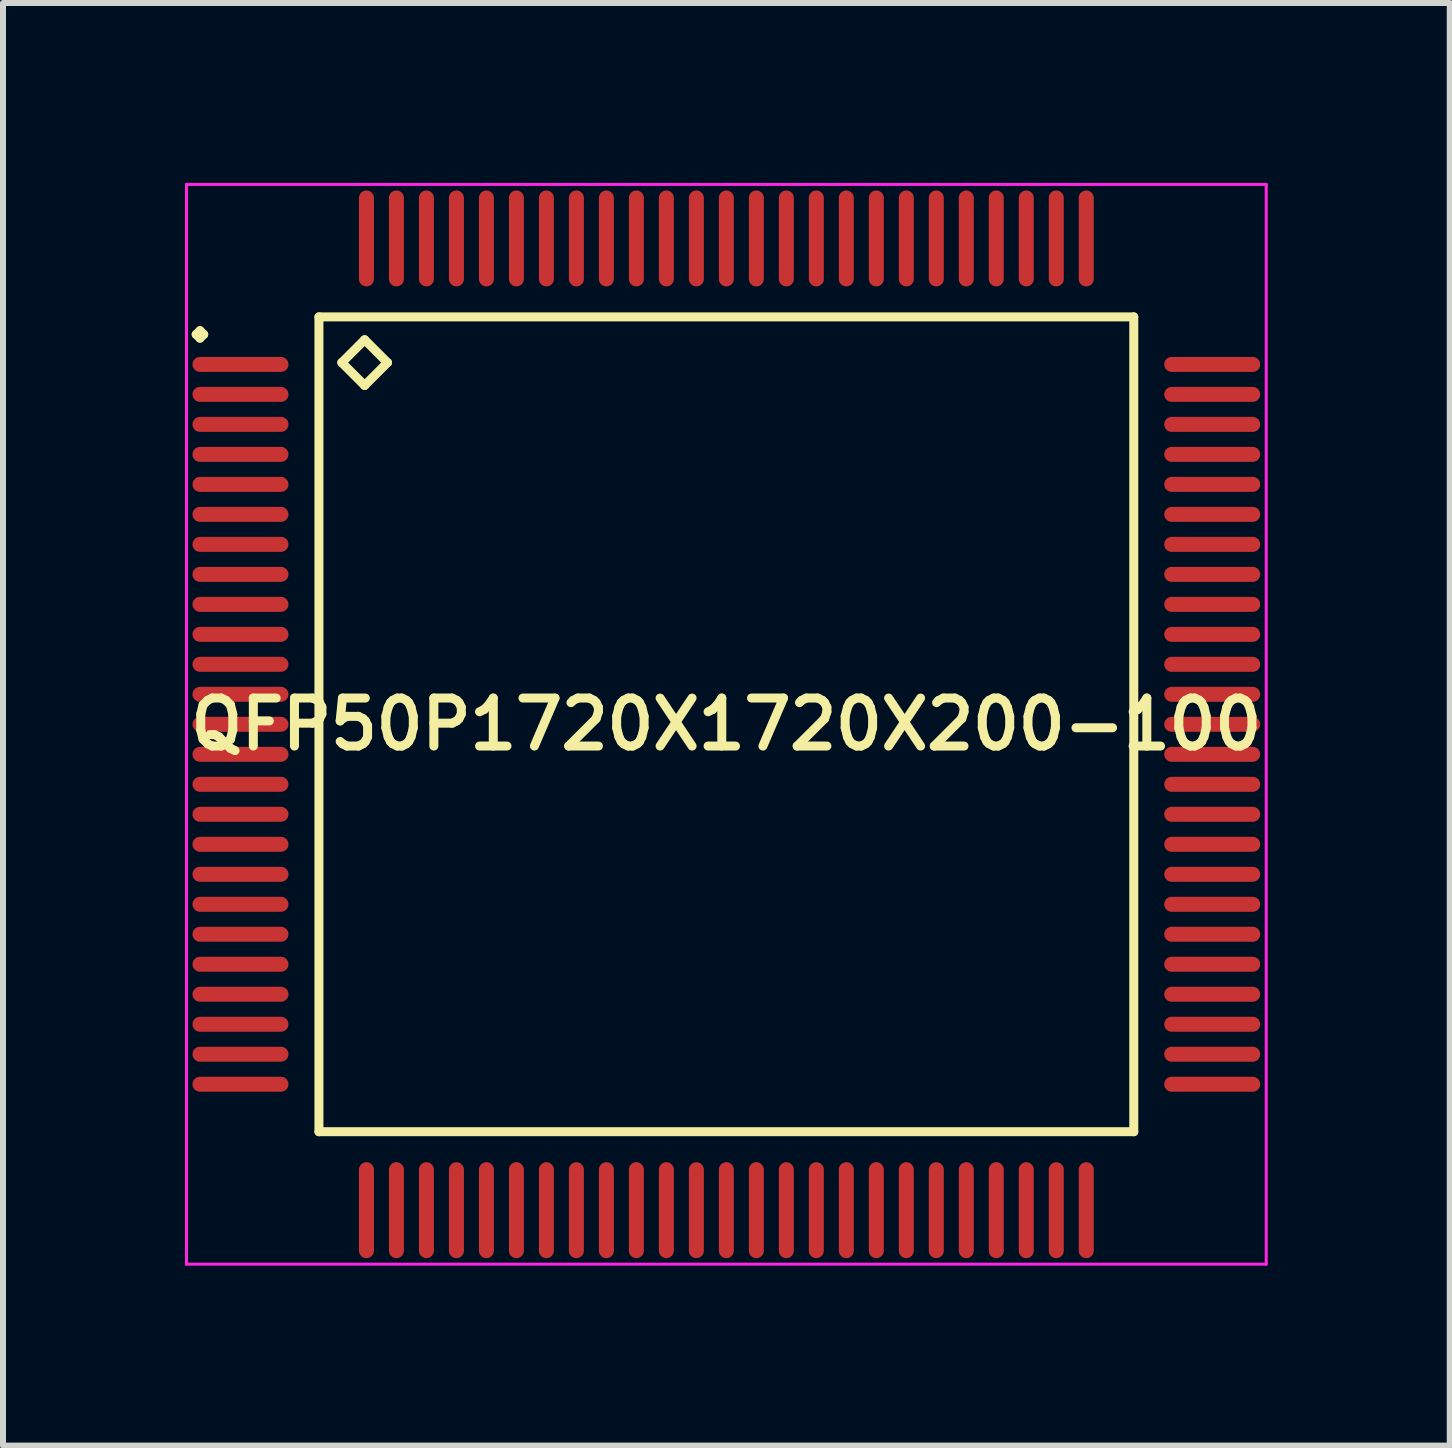
<source format=kicad_pcb>
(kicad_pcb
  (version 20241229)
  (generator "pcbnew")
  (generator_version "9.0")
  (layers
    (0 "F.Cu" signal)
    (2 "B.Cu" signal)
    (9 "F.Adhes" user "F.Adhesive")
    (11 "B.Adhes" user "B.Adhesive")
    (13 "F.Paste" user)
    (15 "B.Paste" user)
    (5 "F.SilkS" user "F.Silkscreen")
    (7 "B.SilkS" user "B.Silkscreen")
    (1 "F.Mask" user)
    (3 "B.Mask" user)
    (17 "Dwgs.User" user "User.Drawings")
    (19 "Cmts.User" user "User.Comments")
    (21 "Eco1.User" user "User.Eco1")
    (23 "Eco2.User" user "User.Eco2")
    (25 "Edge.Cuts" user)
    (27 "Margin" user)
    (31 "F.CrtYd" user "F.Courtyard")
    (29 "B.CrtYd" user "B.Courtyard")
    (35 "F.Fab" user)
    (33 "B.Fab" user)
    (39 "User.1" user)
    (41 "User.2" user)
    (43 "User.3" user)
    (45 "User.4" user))
  (footprint "QFP50P1720X1720X200-100"
    (layer "F.Cu")
    (at 9.059 9.025)
    (property "Reference" "QFP50P1720X1720X200-100" (at 0 0 0) (layer "F.SilkS") (effects (font (size 0.8 0.8) (thickness 0.15))))
    (attr smd)
    (fp_line (start -8.838 -6.5) (end -8.775 -6.562) (stroke (width 0.15) (type solid)) (layer "F.SilkS"))
    (fp_line (start -8.775 -6.562) (end -8.713 -6.5) (stroke (width 0.15) (type solid)) (layer "F.SilkS"))
    (fp_line (start -8.775 -6.438) (end -8.838 -6.5) (stroke (width 0.15) (type solid)) (layer "F.SilkS"))
    (fp_line (start -8.713 -6.5) (end -8.775 -6.438) (stroke (width 0.15) (type solid)) (layer "F.SilkS"))
    (fp_line (start -6.792 -6.792) (end -6.792 6.792) (stroke (width 0.15) (type solid)) (layer "F.SilkS"))
    (fp_line (start -6.792 6.792) (end 6.792 6.792) (stroke (width 0.15) (type solid)) (layer "F.SilkS"))
    (fp_line (start -6.411 -6.03) (end -6.03 -6.411) (stroke (width 0.15) (type solid)) (layer "F.SilkS"))
    (fp_line (start -6.03 -6.411) (end -5.649 -6.03) (stroke (width 0.15) (type solid)) (layer "F.SilkS"))
    (fp_line (start -6.03 -5.649) (end -6.411 -6.03) (stroke (width 0.15) (type solid)) (layer "F.SilkS"))
    (fp_line (start -5.649 -6.03) (end -6.03 -5.649) (stroke (width 0.15) (type solid)) (layer "F.SilkS"))
    (fp_line (start 6.792 -6.792) (end -6.792 -6.792) (stroke (width 0.15) (type solid)) (layer "F.SilkS"))
    (fp_line (start 6.792 6.792) (end 6.792 -6.792) (stroke (width 0.15) (type solid)) (layer "F.SilkS"))
    (fp_line (start -9 -9) (end 9 -9) (stroke (width 0.05) (type solid)) (layer "F.CrtYd"))
    (fp_line (start -9 9) (end -9 -9) (stroke (width 0.05) (type solid)) (layer "F.CrtYd"))
    (fp_line (start 9 -9) (end 9 9) (stroke (width 0.05) (type solid)) (layer "F.CrtYd"))
    (fp_line (start 9 9) (end -9 9) (stroke (width 0.05) (type solid)) (layer "F.CrtYd"))
    (pad "1" smd oval (at -8.1 -6) (size 1.6 0.25) (layers "F.Cu" "F.Mask" "F.Paste"))
    (pad "2" smd oval (at -8.1 -5.5) (size 1.6 0.25) (layers "F.Cu" "F.Mask" "F.Paste"))
    (pad "3" smd oval (at -8.1 -5) (size 1.6 0.25) (layers "F.Cu" "F.Mask" "F.Paste"))
    (pad "4" smd oval (at -8.1 -4.5) (size 1.6 0.25) (layers "F.Cu" "F.Mask" "F.Paste"))
    (pad "5" smd oval (at -8.1 -4) (size 1.6 0.25) (layers "F.Cu" "F.Mask" "F.Paste"))
    (pad "6" smd oval (at -8.1 -3.5) (size 1.6 0.25) (layers "F.Cu" "F.Mask" "F.Paste"))
    (pad "7" smd oval (at -8.1 -3) (size 1.6 0.25) (layers "F.Cu" "F.Mask" "F.Paste"))
    (pad "8" smd oval (at -8.1 -2.5) (size 1.6 0.25) (layers "F.Cu" "F.Mask" "F.Paste"))
    (pad "9" smd oval (at -8.1 -2) (size 1.6 0.25) (layers "F.Cu" "F.Mask" "F.Paste"))
    (pad "10" smd oval (at -8.1 -1.5) (size 1.6 0.25) (layers "F.Cu" "F.Mask" "F.Paste"))
    (pad "11" smd oval (at -8.1 -1) (size 1.6 0.25) (layers "F.Cu" "F.Mask" "F.Paste"))
    (pad "12" smd oval (at -8.1 -0.5) (size 1.6 0.25) (layers "F.Cu" "F.Mask" "F.Paste"))
    (pad "13" smd oval (at -8.1 0) (size 1.6 0.25) (layers "F.Cu" "F.Mask" "F.Paste"))
    (pad "14" smd oval (at -8.1 0.5) (size 1.6 0.25) (layers "F.Cu" "F.Mask" "F.Paste"))
    (pad "15" smd oval (at -8.1 1) (size 1.6 0.25) (layers "F.Cu" "F.Mask" "F.Paste"))
    (pad "16" smd oval (at -8.1 1.5) (size 1.6 0.25) (layers "F.Cu" "F.Mask" "F.Paste"))
    (pad "17" smd oval (at -8.1 2) (size 1.6 0.25) (layers "F.Cu" "F.Mask" "F.Paste"))
    (pad "18" smd oval (at -8.1 2.5) (size 1.6 0.25) (layers "F.Cu" "F.Mask" "F.Paste"))
    (pad "19" smd oval (at -8.1 3) (size 1.6 0.25) (layers "F.Cu" "F.Mask" "F.Paste"))
    (pad "20" smd oval (at -8.1 3.5) (size 1.6 0.25) (layers "F.Cu" "F.Mask" "F.Paste"))
    (pad "21" smd oval (at -8.1 4) (size 1.6 0.25) (layers "F.Cu" "F.Mask" "F.Paste"))
    (pad "22" smd oval (at -8.1 4.5) (size 1.6 0.25) (layers "F.Cu" "F.Mask" "F.Paste"))
    (pad "23" smd oval (at -8.1 5) (size 1.6 0.25) (layers "F.Cu" "F.Mask" "F.Paste"))
    (pad "24" smd oval (at -8.1 5.5) (size 1.6 0.25) (layers "F.Cu" "F.Mask" "F.Paste"))
    (pad "25" smd oval (at -8.1 6) (size 1.6 0.25) (layers "F.Cu" "F.Mask" "F.Paste"))
    (pad "26" smd oval (at -6 8.1) (size 0.25 1.6) (layers "F.Cu" "F.Mask" "F.Paste"))
    (pad "27" smd oval (at -5.5 8.1) (size 0.25 1.6) (layers "F.Cu" "F.Mask" "F.Paste"))
    (pad "28" smd oval (at -5 8.1) (size 0.25 1.6) (layers "F.Cu" "F.Mask" "F.Paste"))
    (pad "29" smd oval (at -4.5 8.1) (size 0.25 1.6) (layers "F.Cu" "F.Mask" "F.Paste"))
    (pad "30" smd oval (at -4 8.1) (size 0.25 1.6) (layers "F.Cu" "F.Mask" "F.Paste"))
    (pad "31" smd oval (at -3.5 8.1) (size 0.25 1.6) (layers "F.Cu" "F.Mask" "F.Paste"))
    (pad "32" smd oval (at -3 8.1) (size 0.25 1.6) (layers "F.Cu" "F.Mask" "F.Paste"))
    (pad "33" smd oval (at -2.5 8.1) (size 0.25 1.6) (layers "F.Cu" "F.Mask" "F.Paste"))
    (pad "34" smd oval (at -2 8.1) (size 0.25 1.6) (layers "F.Cu" "F.Mask" "F.Paste"))
    (pad "35" smd oval (at -1.5 8.1) (size 0.25 1.6) (layers "F.Cu" "F.Mask" "F.Paste"))
    (pad "36" smd oval (at -1 8.1) (size 0.25 1.6) (layers "F.Cu" "F.Mask" "F.Paste"))
    (pad "37" smd oval (at -0.5 8.1) (size 0.25 1.6) (layers "F.Cu" "F.Mask" "F.Paste"))
    (pad "38" smd oval (at 0 8.1) (size 0.25 1.6) (layers "F.Cu" "F.Mask" "F.Paste"))
    (pad "39" smd oval (at 0.5 8.1) (size 0.25 1.6) (layers "F.Cu" "F.Mask" "F.Paste"))
    (pad "40" smd oval (at 1 8.1) (size 0.25 1.6) (layers "F.Cu" "F.Mask" "F.Paste"))
    (pad "41" smd oval (at 1.5 8.1) (size 0.25 1.6) (layers "F.Cu" "F.Mask" "F.Paste"))
    (pad "42" smd oval (at 2 8.1) (size 0.25 1.6) (layers "F.Cu" "F.Mask" "F.Paste"))
    (pad "43" smd oval (at 2.5 8.1) (size 0.25 1.6) (layers "F.Cu" "F.Mask" "F.Paste"))
    (pad "44" smd oval (at 3 8.1) (size 0.25 1.6) (layers "F.Cu" "F.Mask" "F.Paste"))
    (pad "45" smd oval (at 3.5 8.1) (size 0.25 1.6) (layers "F.Cu" "F.Mask" "F.Paste"))
    (pad "46" smd oval (at 4 8.1) (size 0.25 1.6) (layers "F.Cu" "F.Mask" "F.Paste"))
    (pad "47" smd oval (at 4.5 8.1) (size 0.25 1.6) (layers "F.Cu" "F.Mask" "F.Paste"))
    (pad "48" smd oval (at 5 8.1) (size 0.25 1.6) (layers "F.Cu" "F.Mask" "F.Paste"))
    (pad "49" smd oval (at 5.5 8.1) (size 0.25 1.6) (layers "F.Cu" "F.Mask" "F.Paste"))
    (pad "50" smd oval (at 6 8.1) (size 0.25 1.6) (layers "F.Cu" "F.Mask" "F.Paste"))
    (pad "51" smd oval (at 8.1 6) (size 1.6 0.25) (layers "F.Cu" "F.Mask" "F.Paste"))
    (pad "52" smd oval (at 8.1 5.5) (size 1.6 0.25) (layers "F.Cu" "F.Mask" "F.Paste"))
    (pad "53" smd oval (at 8.1 5) (size 1.6 0.25) (layers "F.Cu" "F.Mask" "F.Paste"))
    (pad "54" smd oval (at 8.1 4.5) (size 1.6 0.25) (layers "F.Cu" "F.Mask" "F.Paste"))
    (pad "55" smd oval (at 8.1 4) (size 1.6 0.25) (layers "F.Cu" "F.Mask" "F.Paste"))
    (pad "56" smd oval (at 8.1 3.5) (size 1.6 0.25) (layers "F.Cu" "F.Mask" "F.Paste"))
    (pad "57" smd oval (at 8.1 3) (size 1.6 0.25) (layers "F.Cu" "F.Mask" "F.Paste"))
    (pad "58" smd oval (at 8.1 2.5) (size 1.6 0.25) (layers "F.Cu" "F.Mask" "F.Paste"))
    (pad "59" smd oval (at 8.1 2) (size 1.6 0.25) (layers "F.Cu" "F.Mask" "F.Paste"))
    (pad "60" smd oval (at 8.1 1.5) (size 1.6 0.25) (layers "F.Cu" "F.Mask" "F.Paste"))
    (pad "61" smd oval (at 8.1 1) (size 1.6 0.25) (layers "F.Cu" "F.Mask" "F.Paste"))
    (pad "62" smd oval (at 8.1 0.5) (size 1.6 0.25) (layers "F.Cu" "F.Mask" "F.Paste"))
    (pad "63" smd oval (at 8.1 0) (size 1.6 0.25) (layers "F.Cu" "F.Mask" "F.Paste"))
    (pad "64" smd oval (at 8.1 -0.5) (size 1.6 0.25) (layers "F.Cu" "F.Mask" "F.Paste"))
    (pad "65" smd oval (at 8.1 -1) (size 1.6 0.25) (layers "F.Cu" "F.Mask" "F.Paste"))
    (pad "66" smd oval (at 8.1 -1.5) (size 1.6 0.25) (layers "F.Cu" "F.Mask" "F.Paste"))
    (pad "67" smd oval (at 8.1 -2) (size 1.6 0.25) (layers "F.Cu" "F.Mask" "F.Paste"))
    (pad "68" smd oval (at 8.1 -2.5) (size 1.6 0.25) (layers "F.Cu" "F.Mask" "F.Paste"))
    (pad "69" smd oval (at 8.1 -3) (size 1.6 0.25) (layers "F.Cu" "F.Mask" "F.Paste"))
    (pad "70" smd oval (at 8.1 -3.5) (size 1.6 0.25) (layers "F.Cu" "F.Mask" "F.Paste"))
    (pad "71" smd oval (at 8.1 -4) (size 1.6 0.25) (layers "F.Cu" "F.Mask" "F.Paste"))
    (pad "72" smd oval (at 8.1 -4.5) (size 1.6 0.25) (layers "F.Cu" "F.Mask" "F.Paste"))
    (pad "73" smd oval (at 8.1 -5) (size 1.6 0.25) (layers "F.Cu" "F.Mask" "F.Paste"))
    (pad "74" smd oval (at 8.1 -5.5) (size 1.6 0.25) (layers "F.Cu" "F.Mask" "F.Paste"))
    (pad "75" smd oval (at 8.1 -6) (size 1.6 0.25) (layers "F.Cu" "F.Mask" "F.Paste"))
    (pad "76" smd oval (at 6 -8.1) (size 0.25 1.6) (layers "F.Cu" "F.Mask" "F.Paste"))
    (pad "77" smd oval (at 5.5 -8.1) (size 0.25 1.6) (layers "F.Cu" "F.Mask" "F.Paste"))
    (pad "78" smd oval (at 5 -8.1) (size 0.25 1.6) (layers "F.Cu" "F.Mask" "F.Paste"))
    (pad "79" smd oval (at 4.5 -8.1) (size 0.25 1.6) (layers "F.Cu" "F.Mask" "F.Paste"))
    (pad "80" smd oval (at 4 -8.1) (size 0.25 1.6) (layers "F.Cu" "F.Mask" "F.Paste"))
    (pad "81" smd oval (at 3.5 -8.1) (size 0.25 1.6) (layers "F.Cu" "F.Mask" "F.Paste"))
    (pad "82" smd oval (at 3 -8.1) (size 0.25 1.6) (layers "F.Cu" "F.Mask" "F.Paste"))
    (pad "83" smd oval (at 2.5 -8.1) (size 0.25 1.6) (layers "F.Cu" "F.Mask" "F.Paste"))
    (pad "84" smd oval (at 2 -8.1) (size 0.25 1.6) (layers "F.Cu" "F.Mask" "F.Paste"))
    (pad "85" smd oval (at 1.5 -8.1) (size 0.25 1.6) (layers "F.Cu" "F.Mask" "F.Paste"))
    (pad "86" smd oval (at 1 -8.1) (size 0.25 1.6) (layers "F.Cu" "F.Mask" "F.Paste"))
    (pad "87" smd oval (at 0.5 -8.1) (size 0.25 1.6) (layers "F.Cu" "F.Mask" "F.Paste"))
    (pad "88" smd oval (at 0 -8.1) (size 0.25 1.6) (layers "F.Cu" "F.Mask" "F.Paste"))
    (pad "89" smd oval (at -0.5 -8.1) (size 0.25 1.6) (layers "F.Cu" "F.Mask" "F.Paste"))
    (pad "90" smd oval (at -1 -8.1) (size 0.25 1.6) (layers "F.Cu" "F.Mask" "F.Paste"))
    (pad "91" smd oval (at -1.5 -8.1) (size 0.25 1.6) (layers "F.Cu" "F.Mask" "F.Paste"))
    (pad "92" smd oval (at -2 -8.1) (size 0.25 1.6) (layers "F.Cu" "F.Mask" "F.Paste"))
    (pad "93" smd oval (at -2.5 -8.1) (size 0.25 1.6) (layers "F.Cu" "F.Mask" "F.Paste"))
    (pad "94" smd oval (at -3 -8.1) (size 0.25 1.6) (layers "F.Cu" "F.Mask" "F.Paste"))
    (pad "95" smd oval (at -3.5 -8.1) (size 0.25 1.6) (layers "F.Cu" "F.Mask" "F.Paste"))
    (pad "96" smd oval (at -4 -8.1) (size 0.25 1.6) (layers "F.Cu" "F.Mask" "F.Paste"))
    (pad "97" smd oval (at -4.5 -8.1) (size 0.25 1.6) (layers "F.Cu" "F.Mask" "F.Paste"))
    (pad "98" smd oval (at -5 -8.1) (size 0.25 1.6) (layers "F.Cu" "F.Mask" "F.Paste"))
    (pad "99" smd oval (at -5.5 -8.1) (size 0.25 1.6) (layers "F.Cu" "F.Mask" "F.Paste"))
    (pad "100" smd oval (at -6 -8.1) (size 0.25 1.6) (layers "F.Cu" "F.Mask" "F.Paste")))
  (gr_rect
    (start -3 -3)
    (end 21.119 21.05)
    (stroke (width 0.1) (type default))
    (fill no)
    (layer "Edge.Cuts")))
</source>
